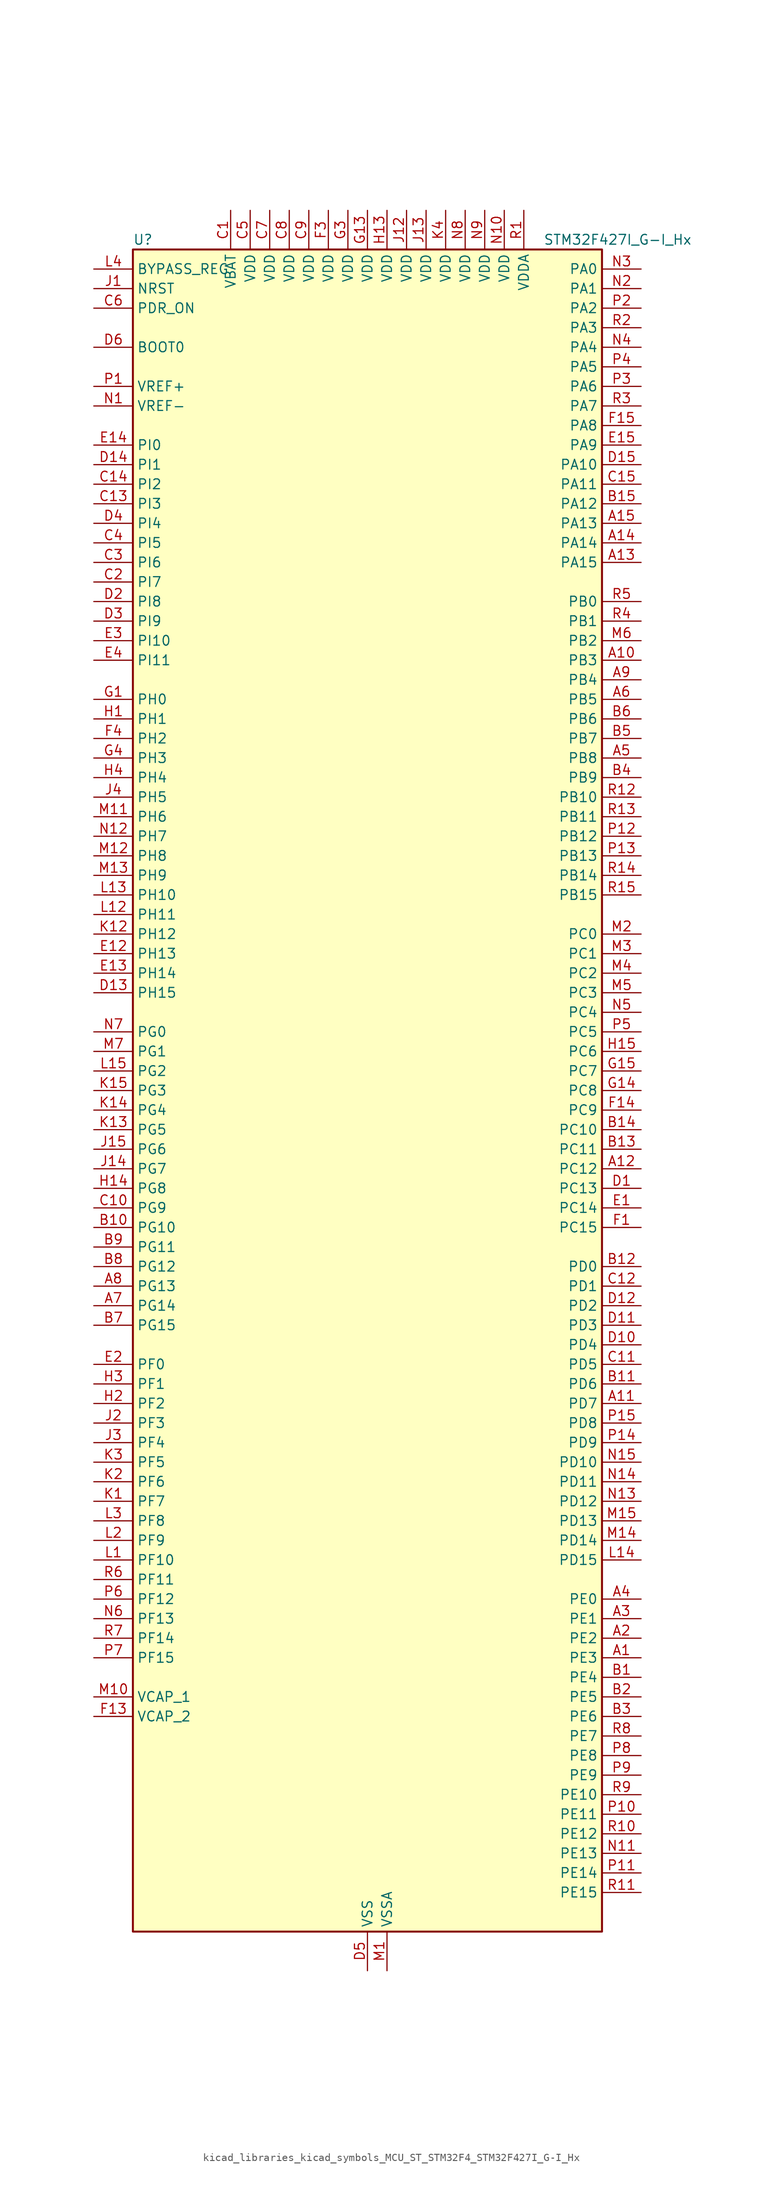
<source format=kicad_sym>
(kicad_symbol_lib
  (version 20220914)
  (generator kicad_symbol_editor)
  (symbol "kicad_libraries_kicad_symbols_MCU_ST_STM32F4_STM32F427I_G-I_Hx"
    (property "Reference" "U"
      (at -30.48 110.49 0)
      (effects (font (size 1.27 1.27)) (justify left)))
    (property "Value" "STM32F427I_G-I_Hx"
      (at 22.86 110.49 0)
      (effects (font (size 1.27 1.27)) (justify left)))
    (property "ki_locked" ""
      (at 0 0 0)
      (effects (font (size 1.27 1.27))))
    (symbol "kicad_libraries_kicad_symbols_MCU_ST_STM32F4_STM32F427I_G-I_Hx_0_1"
      (rectangle (start -30.48 -109.22) (end 30.48 109.22) (stroke (width 0.254) (type default)) (fill (type background))))
    (symbol "kicad_libraries_kicad_symbols_MCU_ST_STM32F4_STM32F427I_G-I_Hx_1_1"
      (pin bidirectional line (at 35.56 -73.66 180) (length 5.08) (name "PE3" (effects (font (size 1.27 1.27)))) (number "A1" (effects (font (size 1.27 1.27)))) (alternate "FMC_A19" bidirectional line) (alternate "SAI1_SD_B" bidirectional line) (alternate "SYS_TRACED0" bidirectional line))
      (pin bidirectional line (at 35.56 55.88 180) (length 5.08) (name "PB3" (effects (font (size 1.27 1.27)))) (number "A10" (effects (font (size 1.27 1.27)))) (alternate "I2S3_CK" bidirectional line) (alternate "SPI1_SCK" bidirectional line) (alternate "SPI3_SCK" bidirectional line) (alternate "SYS_JTDO-SWO" bidirectional line) (alternate "TIM2_CH2" bidirectional line))
      (pin bidirectional line (at 35.56 -40.64 180) (length 5.08) (name "PD7" (effects (font (size 1.27 1.27)))) (number "A11" (effects (font (size 1.27 1.27)))) (alternate "FMC_NCE2" bidirectional line) (alternate "FMC_NE1" bidirectional line) (alternate "USART2_CK" bidirectional line))
      (pin bidirectional line (at 35.56 -10.16 180) (length 5.08) (name "PC12" (effects (font (size 1.27 1.27)))) (number "A12" (effects (font (size 1.27 1.27)))) (alternate "DCMI_D9" bidirectional line) (alternate "I2S3_SD" bidirectional line) (alternate "SDIO_CK" bidirectional line) (alternate "SPI3_MOSI" bidirectional line) (alternate "UART5_TX" bidirectional line) (alternate "USART3_CK" bidirectional line))
      (pin bidirectional line (at 35.56 68.58 180) (length 5.08) (name "PA15" (effects (font (size 1.27 1.27)))) (number "A13" (effects (font (size 1.27 1.27)))) (alternate "ADC1_EXTI15" bidirectional line) (alternate "ADC2_EXTI15" bidirectional line) (alternate "ADC3_EXTI15" bidirectional line) (alternate "I2S3_WS" bidirectional line) (alternate "SPI1_NSS" bidirectional line) (alternate "SPI3_NSS" bidirectional line) (alternate "SYS_JTDI" bidirectional line) (alternate "TIM2_CH1" bidirectional line) (alternate "TIM2_ETR" bidirectional line))
      (pin bidirectional line (at 35.56 71.12 180) (length 5.08) (name "PA14" (effects (font (size 1.27 1.27)))) (number "A14" (effects (font (size 1.27 1.27)))) (alternate "SYS_JTCK-SWCLK" bidirectional line))
      (pin bidirectional line (at 35.56 73.66 180) (length 5.08) (name "PA13" (effects (font (size 1.27 1.27)))) (number "A15" (effects (font (size 1.27 1.27)))) (alternate "SYS_JTMS-SWDIO" bidirectional line))
      (pin bidirectional line (at 35.56 -71.12 180) (length 5.08) (name "PE2" (effects (font (size 1.27 1.27)))) (number "A2" (effects (font (size 1.27 1.27)))) (alternate "ETH_TXD3" bidirectional line) (alternate "FMC_A23" bidirectional line) (alternate "SAI1_MCLK_A" bidirectional line) (alternate "SPI4_SCK" bidirectional line) (alternate "SYS_TRACECLK" bidirectional line))
      (pin bidirectional line (at 35.56 -68.58 180) (length 5.08) (name "PE1" (effects (font (size 1.27 1.27)))) (number "A3" (effects (font (size 1.27 1.27)))) (alternate "DCMI_D3" bidirectional line) (alternate "FMC_NBL1" bidirectional line) (alternate "UART8_TX" bidirectional line))
      (pin bidirectional line (at 35.56 -66.04 180) (length 5.08) (name "PE0" (effects (font (size 1.27 1.27)))) (number "A4" (effects (font (size 1.27 1.27)))) (alternate "DCMI_D2" bidirectional line) (alternate "FMC_NBL0" bidirectional line) (alternate "TIM4_ETR" bidirectional line) (alternate "UART8_RX" bidirectional line))
      (pin bidirectional line (at 35.56 43.18 180) (length 5.08) (name "PB8" (effects (font (size 1.27 1.27)))) (number "A5" (effects (font (size 1.27 1.27)))) (alternate "CAN1_RX" bidirectional line) (alternate "DCMI_D6" bidirectional line) (alternate "ETH_TXD3" bidirectional line) (alternate "I2C1_SCL" bidirectional line) (alternate "SDIO_D4" bidirectional line) (alternate "TIM10_CH1" bidirectional line) (alternate "TIM4_CH3" bidirectional line))
      (pin bidirectional line (at 35.56 50.8 180) (length 5.08) (name "PB5" (effects (font (size 1.27 1.27)))) (number "A6" (effects (font (size 1.27 1.27)))) (alternate "CAN2_RX" bidirectional line) (alternate "DCMI_D10" bidirectional line) (alternate "ETH_PPS_OUT" bidirectional line) (alternate "FMC_SDCKE1" bidirectional line) (alternate "I2C1_SMBA" bidirectional line) (alternate "I2S3_SD" bidirectional line) (alternate "SPI1_MOSI" bidirectional line) (alternate "SPI3_MOSI" bidirectional line) (alternate "TIM3_CH2" bidirectional line) (alternate "USB_OTG_HS_ULPI_D7" bidirectional line))
      (pin bidirectional line (at -35.56 -27.94 0) (length 5.08) (name "PG14" (effects (font (size 1.27 1.27)))) (number "A7" (effects (font (size 1.27 1.27)))) (alternate "ETH_TXD1" bidirectional line) (alternate "FMC_A25" bidirectional line) (alternate "SPI6_MOSI" bidirectional line) (alternate "USART6_TX" bidirectional line))
      (pin bidirectional line (at -35.56 -25.4 0) (length 5.08) (name "PG13" (effects (font (size 1.27 1.27)))) (number "A8" (effects (font (size 1.27 1.27)))) (alternate "ETH_TXD0" bidirectional line) (alternate "FMC_A24" bidirectional line) (alternate "SPI6_SCK" bidirectional line) (alternate "USART6_CTS" bidirectional line))
      (pin bidirectional line (at 35.56 53.34 180) (length 5.08) (name "PB4" (effects (font (size 1.27 1.27)))) (number "A9" (effects (font (size 1.27 1.27)))) (alternate "I2S3_ext_SD" bidirectional line) (alternate "SPI1_MISO" bidirectional line) (alternate "SPI3_MISO" bidirectional line) (alternate "SYS_JTRST" bidirectional line) (alternate "TIM3_CH1" bidirectional line))
      (pin bidirectional line (at 35.56 -76.2 180) (length 5.08) (name "PE4" (effects (font (size 1.27 1.27)))) (number "B1" (effects (font (size 1.27 1.27)))) (alternate "DCMI_D4" bidirectional line) (alternate "FMC_A20" bidirectional line) (alternate "SAI1_FS_A" bidirectional line) (alternate "SPI4_NSS" bidirectional line) (alternate "SYS_TRACED1" bidirectional line))
      (pin bidirectional line (at -35.56 -17.78 0) (length 5.08) (name "PG10" (effects (font (size 1.27 1.27)))) (number "B10" (effects (font (size 1.27 1.27)))) (alternate "DCMI_D2" bidirectional line) (alternate "FMC_NCE4_1" bidirectional line) (alternate "FMC_NE3" bidirectional line))
      (pin bidirectional line (at 35.56 -38.1 180) (length 5.08) (name "PD6" (effects (font (size 1.27 1.27)))) (number "B11" (effects (font (size 1.27 1.27)))) (alternate "DCMI_D10" bidirectional line) (alternate "FMC_NWAIT" bidirectional line) (alternate "I2S3_SD" bidirectional line) (alternate "SAI1_SD_A" bidirectional line) (alternate "SPI3_MOSI" bidirectional line) (alternate "USART2_RX" bidirectional line))
      (pin bidirectional line (at 35.56 -22.86 180) (length 5.08) (name "PD0" (effects (font (size 1.27 1.27)))) (number "B12" (effects (font (size 1.27 1.27)))) (alternate "CAN1_RX" bidirectional line) (alternate "FMC_D2" bidirectional line) (alternate "FMC_DA2" bidirectional line))
      (pin bidirectional line (at 35.56 -7.62 180) (length 5.08) (name "PC11" (effects (font (size 1.27 1.27)))) (number "B13" (effects (font (size 1.27 1.27)))) (alternate "ADC1_EXTI11" bidirectional line) (alternate "ADC2_EXTI11" bidirectional line) (alternate "ADC3_EXTI11" bidirectional line) (alternate "DCMI_D4" bidirectional line) (alternate "I2S3_ext_SD" bidirectional line) (alternate "SDIO_D3" bidirectional line) (alternate "SPI3_MISO" bidirectional line) (alternate "UART4_RX" bidirectional line) (alternate "USART3_RX" bidirectional line))
      (pin bidirectional line (at 35.56 -5.08 180) (length 5.08) (name "PC10" (effects (font (size 1.27 1.27)))) (number "B14" (effects (font (size 1.27 1.27)))) (alternate "DCMI_D8" bidirectional line) (alternate "I2S3_CK" bidirectional line) (alternate "SDIO_D2" bidirectional line) (alternate "SPI3_SCK" bidirectional line) (alternate "UART4_TX" bidirectional line) (alternate "USART3_TX" bidirectional line))
      (pin bidirectional line (at 35.56 76.2 180) (length 5.08) (name "PA12" (effects (font (size 1.27 1.27)))) (number "B15" (effects (font (size 1.27 1.27)))) (alternate "CAN1_TX" bidirectional line) (alternate "TIM1_ETR" bidirectional line) (alternate "USART1_RTS" bidirectional line) (alternate "USB_OTG_FS_DP" bidirectional line))
      (pin bidirectional line (at 35.56 -78.74 180) (length 5.08) (name "PE5" (effects (font (size 1.27 1.27)))) (number "B2" (effects (font (size 1.27 1.27)))) (alternate "DCMI_D6" bidirectional line) (alternate "FMC_A21" bidirectional line) (alternate "SAI1_SCK_A" bidirectional line) (alternate "SPI4_MISO" bidirectional line) (alternate "SYS_TRACED2" bidirectional line) (alternate "TIM9_CH1" bidirectional line))
      (pin bidirectional line (at 35.56 -81.28 180) (length 5.08) (name "PE6" (effects (font (size 1.27 1.27)))) (number "B3" (effects (font (size 1.27 1.27)))) (alternate "DCMI_D7" bidirectional line) (alternate "FMC_A22" bidirectional line) (alternate "SAI1_SD_A" bidirectional line) (alternate "SPI4_MOSI" bidirectional line) (alternate "SYS_TRACED3" bidirectional line) (alternate "TIM9_CH2" bidirectional line))
      (pin bidirectional line (at 35.56 40.64 180) (length 5.08) (name "PB9" (effects (font (size 1.27 1.27)))) (number "B4" (effects (font (size 1.27 1.27)))) (alternate "CAN1_TX" bidirectional line) (alternate "DAC_EXTI9" bidirectional line) (alternate "DCMI_D7" bidirectional line) (alternate "I2C1_SDA" bidirectional line) (alternate "I2S2_WS" bidirectional line) (alternate "SDIO_D5" bidirectional line) (alternate "SPI2_NSS" bidirectional line) (alternate "TIM11_CH1" bidirectional line) (alternate "TIM4_CH4" bidirectional line))
      (pin bidirectional line (at 35.56 45.72 180) (length 5.08) (name "PB7" (effects (font (size 1.27 1.27)))) (number "B5" (effects (font (size 1.27 1.27)))) (alternate "DCMI_VSYNC" bidirectional line) (alternate "FMC_NL" bidirectional line) (alternate "I2C1_SDA" bidirectional line) (alternate "TIM4_CH2" bidirectional line) (alternate "USART1_RX" bidirectional line))
      (pin bidirectional line (at 35.56 48.26 180) (length 5.08) (name "PB6" (effects (font (size 1.27 1.27)))) (number "B6" (effects (font (size 1.27 1.27)))) (alternate "CAN2_TX" bidirectional line) (alternate "DCMI_D5" bidirectional line) (alternate "FMC_SDNE1" bidirectional line) (alternate "I2C1_SCL" bidirectional line) (alternate "TIM4_CH1" bidirectional line) (alternate "USART1_TX" bidirectional line))
      (pin bidirectional line (at -35.56 -30.48 0) (length 5.08) (name "PG15" (effects (font (size 1.27 1.27)))) (number "B7" (effects (font (size 1.27 1.27)))) (alternate "ADC1_EXTI15" bidirectional line) (alternate "ADC2_EXTI15" bidirectional line) (alternate "ADC3_EXTI15" bidirectional line) (alternate "DCMI_D13" bidirectional line) (alternate "FMC_SDNCAS" bidirectional line) (alternate "USART6_CTS" bidirectional line))
      (pin bidirectional line (at -35.56 -22.86 0) (length 5.08) (name "PG12" (effects (font (size 1.27 1.27)))) (number "B8" (effects (font (size 1.27 1.27)))) (alternate "FMC_NE4" bidirectional line) (alternate "SPI6_MISO" bidirectional line) (alternate "USART6_RTS" bidirectional line))
      (pin bidirectional line (at -35.56 -20.32 0) (length 5.08) (name "PG11" (effects (font (size 1.27 1.27)))) (number "B9" (effects (font (size 1.27 1.27)))) (alternate "ADC1_EXTI11" bidirectional line) (alternate "ADC2_EXTI11" bidirectional line) (alternate "ADC3_EXTI11" bidirectional line) (alternate "DCMI_D3" bidirectional line) (alternate "ETH_TX_EN" bidirectional line) (alternate "FMC_NCE4_2" bidirectional line))
      (pin power_in line (at -17.78 114.3 270) (length 5.08) (name "VBAT" (effects (font (size 1.27 1.27)))) (number "C1" (effects (font (size 1.27 1.27)))))
      (pin bidirectional line (at -35.56 -15.24 0) (length 5.08) (name "PG9" (effects (font (size 1.27 1.27)))) (number "C10" (effects (font (size 1.27 1.27)))) (alternate "DAC_EXTI9" bidirectional line) (alternate "DCMI_VSYNC" bidirectional line) (alternate "FMC_NCE3" bidirectional line) (alternate "FMC_NE2" bidirectional line) (alternate "USART6_RX" bidirectional line))
      (pin bidirectional line (at 35.56 -35.56 180) (length 5.08) (name "PD5" (effects (font (size 1.27 1.27)))) (number "C11" (effects (font (size 1.27 1.27)))) (alternate "FMC_NWE" bidirectional line) (alternate "USART2_TX" bidirectional line))
      (pin bidirectional line (at 35.56 -25.4 180) (length 5.08) (name "PD1" (effects (font (size 1.27 1.27)))) (number "C12" (effects (font (size 1.27 1.27)))) (alternate "CAN1_TX" bidirectional line) (alternate "FMC_D3" bidirectional line) (alternate "FMC_DA3" bidirectional line))
      (pin bidirectional line (at -35.56 76.2 0) (length 5.08) (name "PI3" (effects (font (size 1.27 1.27)))) (number "C13" (effects (font (size 1.27 1.27)))) (alternate "DCMI_D10" bidirectional line) (alternate "FMC_D27" bidirectional line) (alternate "I2S2_SD" bidirectional line) (alternate "SPI2_MOSI" bidirectional line) (alternate "TIM8_ETR" bidirectional line))
      (pin bidirectional line (at -35.56 78.74 0) (length 5.08) (name "PI2" (effects (font (size 1.27 1.27)))) (number "C14" (effects (font (size 1.27 1.27)))) (alternate "DCMI_D9" bidirectional line) (alternate "FMC_D26" bidirectional line) (alternate "I2S2_ext_SD" bidirectional line) (alternate "SPI2_MISO" bidirectional line) (alternate "TIM8_CH4" bidirectional line))
      (pin bidirectional line (at 35.56 78.74 180) (length 5.08) (name "PA11" (effects (font (size 1.27 1.27)))) (number "C15" (effects (font (size 1.27 1.27)))) (alternate "ADC1_EXTI11" bidirectional line) (alternate "ADC2_EXTI11" bidirectional line) (alternate "ADC3_EXTI11" bidirectional line) (alternate "CAN1_RX" bidirectional line) (alternate "TIM1_CH4" bidirectional line) (alternate "USART1_CTS" bidirectional line) (alternate "USB_OTG_FS_DM" bidirectional line))
      (pin bidirectional line (at -35.56 66.04 0) (length 5.08) (name "PI7" (effects (font (size 1.27 1.27)))) (number "C2" (effects (font (size 1.27 1.27)))) (alternate "DCMI_D7" bidirectional line) (alternate "FMC_D29" bidirectional line) (alternate "TIM8_CH3" bidirectional line))
      (pin bidirectional line (at -35.56 68.58 0) (length 5.08) (name "PI6" (effects (font (size 1.27 1.27)))) (number "C3" (effects (font (size 1.27 1.27)))) (alternate "DCMI_D6" bidirectional line) (alternate "FMC_D28" bidirectional line) (alternate "TIM8_CH2" bidirectional line))
      (pin bidirectional line (at -35.56 71.12 0) (length 5.08) (name "PI5" (effects (font (size 1.27 1.27)))) (number "C4" (effects (font (size 1.27 1.27)))) (alternate "DCMI_VSYNC" bidirectional line) (alternate "FMC_NBL3" bidirectional line) (alternate "TIM8_CH1" bidirectional line))
      (pin power_in line (at -15.24 114.3 270) (length 5.08) (name "VDD" (effects (font (size 1.27 1.27)))) (number "C5" (effects (font (size 1.27 1.27)))))
      (pin input line (at -35.56 101.6 0) (length 5.08) (name "PDR_ON" (effects (font (size 1.27 1.27)))) (number "C6" (effects (font (size 1.27 1.27)))))
      (pin power_in line (at -12.7 114.3 270) (length 5.08) (name "VDD" (effects (font (size 1.27 1.27)))) (number "C7" (effects (font (size 1.27 1.27)))))
      (pin power_in line (at -10.16 114.3 270) (length 5.08) (name "VDD" (effects (font (size 1.27 1.27)))) (number "C8" (effects (font (size 1.27 1.27)))))
      (pin power_in line (at -7.62 114.3 270) (length 5.08) (name "VDD" (effects (font (size 1.27 1.27)))) (number "C9" (effects (font (size 1.27 1.27)))))
      (pin bidirectional line (at 35.56 -12.7 180) (length 5.08) (name "PC13" (effects (font (size 1.27 1.27)))) (number "D1" (effects (font (size 1.27 1.27)))) (alternate "RTC_AF1" bidirectional line))
      (pin bidirectional line (at 35.56 -33.02 180) (length 5.08) (name "PD4" (effects (font (size 1.27 1.27)))) (number "D10" (effects (font (size 1.27 1.27)))) (alternate "FMC_NOE" bidirectional line) (alternate "USART2_RTS" bidirectional line))
      (pin bidirectional line (at 35.56 -30.48 180) (length 5.08) (name "PD3" (effects (font (size 1.27 1.27)))) (number "D11" (effects (font (size 1.27 1.27)))) (alternate "DCMI_D5" bidirectional line) (alternate "FMC_CLK" bidirectional line) (alternate "I2S2_CK" bidirectional line) (alternate "SPI2_SCK" bidirectional line) (alternate "USART2_CTS" bidirectional line))
      (pin bidirectional line (at 35.56 -27.94 180) (length 5.08) (name "PD2" (effects (font (size 1.27 1.27)))) (number "D12" (effects (font (size 1.27 1.27)))) (alternate "DCMI_D11" bidirectional line) (alternate "SDIO_CMD" bidirectional line) (alternate "TIM3_ETR" bidirectional line) (alternate "UART5_RX" bidirectional line))
      (pin bidirectional line (at -35.56 12.7 0) (length 5.08) (name "PH15" (effects (font (size 1.27 1.27)))) (number "D13" (effects (font (size 1.27 1.27)))) (alternate "ADC1_EXTI15" bidirectional line) (alternate "ADC2_EXTI15" bidirectional line) (alternate "ADC3_EXTI15" bidirectional line) (alternate "DCMI_D11" bidirectional line) (alternate "FMC_D23" bidirectional line) (alternate "TIM8_CH3N" bidirectional line))
      (pin bidirectional line (at -35.56 81.28 0) (length 5.08) (name "PI1" (effects (font (size 1.27 1.27)))) (number "D14" (effects (font (size 1.27 1.27)))) (alternate "DCMI_D8" bidirectional line) (alternate "FMC_D25" bidirectional line) (alternate "I2S2_CK" bidirectional line) (alternate "SPI2_SCK" bidirectional line))
      (pin bidirectional line (at 35.56 81.28 180) (length 5.08) (name "PA10" (effects (font (size 1.27 1.27)))) (number "D15" (effects (font (size 1.27 1.27)))) (alternate "DCMI_D1" bidirectional line) (alternate "TIM1_CH3" bidirectional line) (alternate "USART1_RX" bidirectional line) (alternate "USB_OTG_FS_ID" bidirectional line))
      (pin bidirectional line (at -35.56 63.5 0) (length 5.08) (name "PI8" (effects (font (size 1.27 1.27)))) (number "D2" (effects (font (size 1.27 1.27)))) (alternate "RTC_AF2" bidirectional line))
      (pin bidirectional line (at -35.56 60.96 0) (length 5.08) (name "PI9" (effects (font (size 1.27 1.27)))) (number "D3" (effects (font (size 1.27 1.27)))) (alternate "CAN1_RX" bidirectional line) (alternate "DAC_EXTI9" bidirectional line) (alternate "FMC_D30" bidirectional line))
      (pin bidirectional line (at -35.56 73.66 0) (length 5.08) (name "PI4" (effects (font (size 1.27 1.27)))) (number "D4" (effects (font (size 1.27 1.27)))) (alternate "DCMI_D5" bidirectional line) (alternate "FMC_NBL2" bidirectional line) (alternate "TIM8_BKIN" bidirectional line))
      (pin power_in line (at 0 -114.3 90) (length 5.08) (name "VSS" (effects (font (size 1.27 1.27)))) (number "D5" (effects (font (size 1.27 1.27)))))
      (pin input line (at -35.56 96.52 0) (length 5.08) (name "BOOT0" (effects (font (size 1.27 1.27)))) (number "D6" (effects (font (size 1.27 1.27)))))
      (pin passive line (at 0 -114.3 90) (length 5.08) hide (name "VSS" (effects (font (size 1.27 1.27)))) (number "D7" (effects (font (size 1.27 1.27)))))
      (pin passive line (at 0 -114.3 90) (length 5.08) hide (name "VSS" (effects (font (size 1.27 1.27)))) (number "D8" (effects (font (size 1.27 1.27)))))
      (pin passive line (at 0 -114.3 90) (length 5.08) hide (name "VSS" (effects (font (size 1.27 1.27)))) (number "D9" (effects (font (size 1.27 1.27)))))
      (pin bidirectional line (at 35.56 -15.24 180) (length 5.08) (name "PC14" (effects (font (size 1.27 1.27)))) (number "E1" (effects (font (size 1.27 1.27)))) (alternate "RCC_OSC32_IN" bidirectional line))
      (pin bidirectional line (at -35.56 17.78 0) (length 5.08) (name "PH13" (effects (font (size 1.27 1.27)))) (number "E12" (effects (font (size 1.27 1.27)))) (alternate "CAN1_TX" bidirectional line) (alternate "FMC_D21" bidirectional line) (alternate "TIM8_CH1N" bidirectional line))
      (pin bidirectional line (at -35.56 15.24 0) (length 5.08) (name "PH14" (effects (font (size 1.27 1.27)))) (number "E13" (effects (font (size 1.27 1.27)))) (alternate "DCMI_D4" bidirectional line) (alternate "FMC_D22" bidirectional line) (alternate "TIM8_CH2N" bidirectional line))
      (pin bidirectional line (at -35.56 83.82 0) (length 5.08) (name "PI0" (effects (font (size 1.27 1.27)))) (number "E14" (effects (font (size 1.27 1.27)))) (alternate "DCMI_D13" bidirectional line) (alternate "FMC_D24" bidirectional line) (alternate "I2S2_WS" bidirectional line) (alternate "SPI2_NSS" bidirectional line) (alternate "TIM5_CH4" bidirectional line))
      (pin bidirectional line (at 35.56 83.82 180) (length 5.08) (name "PA9" (effects (font (size 1.27 1.27)))) (number "E15" (effects (font (size 1.27 1.27)))) (alternate "DAC_EXTI9" bidirectional line) (alternate "DCMI_D0" bidirectional line) (alternate "I2C3_SMBA" bidirectional line) (alternate "TIM1_CH2" bidirectional line) (alternate "USART1_TX" bidirectional line) (alternate "USB_OTG_FS_VBUS" bidirectional line))
      (pin bidirectional line (at -35.56 -35.56 0) (length 5.08) (name "PF0" (effects (font (size 1.27 1.27)))) (number "E2" (effects (font (size 1.27 1.27)))) (alternate "FMC_A0" bidirectional line) (alternate "I2C2_SDA" bidirectional line))
      (pin bidirectional line (at -35.56 58.42 0) (length 5.08) (name "PI10" (effects (font (size 1.27 1.27)))) (number "E3" (effects (font (size 1.27 1.27)))) (alternate "ETH_RX_ER" bidirectional line) (alternate "FMC_D31" bidirectional line))
      (pin bidirectional line (at -35.56 55.88 0) (length 5.08) (name "PI11" (effects (font (size 1.27 1.27)))) (number "E4" (effects (font (size 1.27 1.27)))) (alternate "ADC1_EXTI11" bidirectional line) (alternate "ADC2_EXTI11" bidirectional line) (alternate "ADC3_EXTI11" bidirectional line) (alternate "USB_OTG_HS_ULPI_DIR" bidirectional line))
      (pin bidirectional line (at 35.56 -17.78 180) (length 5.08) (name "PC15" (effects (font (size 1.27 1.27)))) (number "F1" (effects (font (size 1.27 1.27)))) (alternate "ADC1_EXTI15" bidirectional line) (alternate "ADC2_EXTI15" bidirectional line) (alternate "ADC3_EXTI15" bidirectional line) (alternate "RCC_OSC32_OUT" bidirectional line))
      (pin passive line (at 0 -114.3 90) (length 5.08) hide (name "VSS" (effects (font (size 1.27 1.27)))) (number "F10" (effects (font (size 1.27 1.27)))))
      (pin passive line (at 0 -114.3 90) (length 5.08) hide (name "VSS" (effects (font (size 1.27 1.27)))) (number "F12" (effects (font (size 1.27 1.27)))))
      (pin power_out line (at -35.56 -81.28 0) (length 5.08) (name "VCAP_2" (effects (font (size 1.27 1.27)))) (number "F13" (effects (font (size 1.27 1.27)))))
      (pin bidirectional line (at 35.56 -2.54 180) (length 5.08) (name "PC9" (effects (font (size 1.27 1.27)))) (number "F14" (effects (font (size 1.27 1.27)))) (alternate "DAC_EXTI9" bidirectional line) (alternate "DCMI_D3" bidirectional line) (alternate "I2C3_SDA" bidirectional line) (alternate "I2S_CKIN" bidirectional line) (alternate "RCC_MCO_2" bidirectional line) (alternate "SDIO_D1" bidirectional line) (alternate "TIM3_CH4" bidirectional line) (alternate "TIM8_CH4" bidirectional line))
      (pin bidirectional line (at 35.56 86.36 180) (length 5.08) (name "PA8" (effects (font (size 1.27 1.27)))) (number "F15" (effects (font (size 1.27 1.27)))) (alternate "I2C3_SCL" bidirectional line) (alternate "RCC_MCO_1" bidirectional line) (alternate "TIM1_CH1" bidirectional line) (alternate "USART1_CK" bidirectional line) (alternate "USB_OTG_FS_SOF" bidirectional line))
      (pin passive line (at 0 -114.3 90) (length 5.08) hide (name "VSS" (effects (font (size 1.27 1.27)))) (number "F2" (effects (font (size 1.27 1.27)))))
      (pin power_in line (at -5.08 114.3 270) (length 5.08) (name "VDD" (effects (font (size 1.27 1.27)))) (number "F3" (effects (font (size 1.27 1.27)))))
      (pin bidirectional line (at -35.56 45.72 0) (length 5.08) (name "PH2" (effects (font (size 1.27 1.27)))) (number "F4" (effects (font (size 1.27 1.27)))) (alternate "ETH_CRS" bidirectional line) (alternate "FMC_SDCKE0" bidirectional line))
      (pin passive line (at 0 -114.3 90) (length 5.08) hide (name "VSS" (effects (font (size 1.27 1.27)))) (number "F6" (effects (font (size 1.27 1.27)))))
      (pin passive line (at 0 -114.3 90) (length 5.08) hide (name "VSS" (effects (font (size 1.27 1.27)))) (number "F7" (effects (font (size 1.27 1.27)))))
      (pin passive line (at 0 -114.3 90) (length 5.08) hide (name "VSS" (effects (font (size 1.27 1.27)))) (number "F8" (effects (font (size 1.27 1.27)))))
      (pin passive line (at 0 -114.3 90) (length 5.08) hide (name "VSS" (effects (font (size 1.27 1.27)))) (number "F9" (effects (font (size 1.27 1.27)))))
      (pin bidirectional line (at -35.56 50.8 0) (length 5.08) (name "PH0" (effects (font (size 1.27 1.27)))) (number "G1" (effects (font (size 1.27 1.27)))) (alternate "RCC_OSC_IN" bidirectional line))
      (pin passive line (at 0 -114.3 90) (length 5.08) hide (name "VSS" (effects (font (size 1.27 1.27)))) (number "G10" (effects (font (size 1.27 1.27)))))
      (pin passive line (at 0 -114.3 90) (length 5.08) hide (name "VSS" (effects (font (size 1.27 1.27)))) (number "G12" (effects (font (size 1.27 1.27)))))
      (pin power_in line (at 0 114.3 270) (length 5.08) (name "VDD" (effects (font (size 1.27 1.27)))) (number "G13" (effects (font (size 1.27 1.27)))))
      (pin bidirectional line (at 35.56 0 180) (length 5.08) (name "PC8" (effects (font (size 1.27 1.27)))) (number "G14" (effects (font (size 1.27 1.27)))) (alternate "DCMI_D2" bidirectional line) (alternate "SDIO_D0" bidirectional line) (alternate "TIM3_CH3" bidirectional line) (alternate "TIM8_CH3" bidirectional line) (alternate "USART6_CK" bidirectional line))
      (pin bidirectional line (at 35.56 2.54 180) (length 5.08) (name "PC7" (effects (font (size 1.27 1.27)))) (number "G15" (effects (font (size 1.27 1.27)))) (alternate "DCMI_D1" bidirectional line) (alternate "I2S3_MCK" bidirectional line) (alternate "SDIO_D7" bidirectional line) (alternate "TIM3_CH2" bidirectional line) (alternate "TIM8_CH2" bidirectional line) (alternate "USART6_RX" bidirectional line))
      (pin passive line (at 0 -114.3 90) (length 5.08) hide (name "VSS" (effects (font (size 1.27 1.27)))) (number "G2" (effects (font (size 1.27 1.27)))))
      (pin power_in line (at -2.54 114.3 270) (length 5.08) (name "VDD" (effects (font (size 1.27 1.27)))) (number "G3" (effects (font (size 1.27 1.27)))))
      (pin bidirectional line (at -35.56 43.18 0) (length 5.08) (name "PH3" (effects (font (size 1.27 1.27)))) (number "G4" (effects (font (size 1.27 1.27)))) (alternate "ETH_COL" bidirectional line) (alternate "FMC_SDNE0" bidirectional line))
      (pin passive line (at 0 -114.3 90) (length 5.08) hide (name "VSS" (effects (font (size 1.27 1.27)))) (number "G6" (effects (font (size 1.27 1.27)))))
      (pin passive line (at 0 -114.3 90) (length 5.08) hide (name "VSS" (effects (font (size 1.27 1.27)))) (number "G7" (effects (font (size 1.27 1.27)))))
      (pin passive line (at 0 -114.3 90) (length 5.08) hide (name "VSS" (effects (font (size 1.27 1.27)))) (number "G8" (effects (font (size 1.27 1.27)))))
      (pin passive line (at 0 -114.3 90) (length 5.08) hide (name "VSS" (effects (font (size 1.27 1.27)))) (number "G9" (effects (font (size 1.27 1.27)))))
      (pin bidirectional line (at -35.56 48.26 0) (length 5.08) (name "PH1" (effects (font (size 1.27 1.27)))) (number "H1" (effects (font (size 1.27 1.27)))) (alternate "RCC_OSC_OUT" bidirectional line))
      (pin passive line (at 0 -114.3 90) (length 5.08) hide (name "VSS" (effects (font (size 1.27 1.27)))) (number "H10" (effects (font (size 1.27 1.27)))))
      (pin passive line (at 0 -114.3 90) (length 5.08) hide (name "VSS" (effects (font (size 1.27 1.27)))) (number "H12" (effects (font (size 1.27 1.27)))))
      (pin power_in line (at 2.54 114.3 270) (length 5.08) (name "VDD" (effects (font (size 1.27 1.27)))) (number "H13" (effects (font (size 1.27 1.27)))))
      (pin bidirectional line (at -35.56 -12.7 0) (length 5.08) (name "PG8" (effects (font (size 1.27 1.27)))) (number "H14" (effects (font (size 1.27 1.27)))) (alternate "ETH_PPS_OUT" bidirectional line) (alternate "FMC_SDCLK" bidirectional line) (alternate "SPI6_NSS" bidirectional line) (alternate "USART6_RTS" bidirectional line))
      (pin bidirectional line (at 35.56 5.08 180) (length 5.08) (name "PC6" (effects (font (size 1.27 1.27)))) (number "H15" (effects (font (size 1.27 1.27)))) (alternate "DCMI_D0" bidirectional line) (alternate "I2S2_MCK" bidirectional line) (alternate "SDIO_D6" bidirectional line) (alternate "TIM3_CH1" bidirectional line) (alternate "TIM8_CH1" bidirectional line) (alternate "USART6_TX" bidirectional line))
      (pin bidirectional line (at -35.56 -40.64 0) (length 5.08) (name "PF2" (effects (font (size 1.27 1.27)))) (number "H2" (effects (font (size 1.27 1.27)))) (alternate "FMC_A2" bidirectional line) (alternate "I2C2_SMBA" bidirectional line))
      (pin bidirectional line (at -35.56 -38.1 0) (length 5.08) (name "PF1" (effects (font (size 1.27 1.27)))) (number "H3" (effects (font (size 1.27 1.27)))) (alternate "FMC_A1" bidirectional line) (alternate "I2C2_SCL" bidirectional line))
      (pin bidirectional line (at -35.56 40.64 0) (length 5.08) (name "PH4" (effects (font (size 1.27 1.27)))) (number "H4" (effects (font (size 1.27 1.27)))) (alternate "I2C2_SCL" bidirectional line) (alternate "USB_OTG_HS_ULPI_NXT" bidirectional line))
      (pin passive line (at 0 -114.3 90) (length 5.08) hide (name "VSS" (effects (font (size 1.27 1.27)))) (number "H6" (effects (font (size 1.27 1.27)))))
      (pin passive line (at 0 -114.3 90) (length 5.08) hide (name "VSS" (effects (font (size 1.27 1.27)))) (number "H7" (effects (font (size 1.27 1.27)))))
      (pin passive line (at 0 -114.3 90) (length 5.08) hide (name "VSS" (effects (font (size 1.27 1.27)))) (number "H8" (effects (font (size 1.27 1.27)))))
      (pin passive line (at 0 -114.3 90) (length 5.08) hide (name "VSS" (effects (font (size 1.27 1.27)))) (number "H9" (effects (font (size 1.27 1.27)))))
      (pin input line (at -35.56 104.14 0) (length 5.08) (name "NRST" (effects (font (size 1.27 1.27)))) (number "J1" (effects (font (size 1.27 1.27)))))
      (pin passive line (at 0 -114.3 90) (length 5.08) hide (name "VSS" (effects (font (size 1.27 1.27)))) (number "J10" (effects (font (size 1.27 1.27)))))
      (pin power_in line (at 5.08 114.3 270) (length 5.08) (name "VDD" (effects (font (size 1.27 1.27)))) (number "J12" (effects (font (size 1.27 1.27)))))
      (pin power_in line (at 7.62 114.3 270) (length 5.08) (name "VDD" (effects (font (size 1.27 1.27)))) (number "J13" (effects (font (size 1.27 1.27)))))
      (pin bidirectional line (at -35.56 -10.16 0) (length 5.08) (name "PG7" (effects (font (size 1.27 1.27)))) (number "J14" (effects (font (size 1.27 1.27)))) (alternate "DCMI_D13" bidirectional line) (alternate "FMC_INT3" bidirectional line) (alternate "USART6_CK" bidirectional line))
      (pin bidirectional line (at -35.56 -7.62 0) (length 5.08) (name "PG6" (effects (font (size 1.27 1.27)))) (number "J15" (effects (font (size 1.27 1.27)))) (alternate "DCMI_D12" bidirectional line) (alternate "FMC_INT2" bidirectional line))
      (pin bidirectional line (at -35.56 -43.18 0) (length 5.08) (name "PF3" (effects (font (size 1.27 1.27)))) (number "J2" (effects (font (size 1.27 1.27)))) (alternate "ADC3_IN9" bidirectional line) (alternate "FMC_A3" bidirectional line))
      (pin bidirectional line (at -35.56 -45.72 0) (length 5.08) (name "PF4" (effects (font (size 1.27 1.27)))) (number "J3" (effects (font (size 1.27 1.27)))) (alternate "ADC3_IN14" bidirectional line) (alternate "FMC_A4" bidirectional line))
      (pin bidirectional line (at -35.56 38.1 0) (length 5.08) (name "PH5" (effects (font (size 1.27 1.27)))) (number "J4" (effects (font (size 1.27 1.27)))) (alternate "FMC_SDNWE" bidirectional line) (alternate "I2C2_SDA" bidirectional line) (alternate "SPI5_NSS" bidirectional line))
      (pin passive line (at 0 -114.3 90) (length 5.08) hide (name "VSS" (effects (font (size 1.27 1.27)))) (number "J6" (effects (font (size 1.27 1.27)))))
      (pin passive line (at 0 -114.3 90) (length 5.08) hide (name "VSS" (effects (font (size 1.27 1.27)))) (number "J7" (effects (font (size 1.27 1.27)))))
      (pin passive line (at 0 -114.3 90) (length 5.08) hide (name "VSS" (effects (font (size 1.27 1.27)))) (number "J8" (effects (font (size 1.27 1.27)))))
      (pin passive line (at 0 -114.3 90) (length 5.08) hide (name "VSS" (effects (font (size 1.27 1.27)))) (number "J9" (effects (font (size 1.27 1.27)))))
      (pin bidirectional line (at -35.56 -53.34 0) (length 5.08) (name "PF7" (effects (font (size 1.27 1.27)))) (number "K1" (effects (font (size 1.27 1.27)))) (alternate "ADC3_IN5" bidirectional line) (alternate "FMC_NREG" bidirectional line) (alternate "SAI1_MCLK_B" bidirectional line) (alternate "SPI5_SCK" bidirectional line) (alternate "TIM11_CH1" bidirectional line) (alternate "UART7_TX" bidirectional line))
      (pin passive line (at 0 -114.3 90) (length 5.08) hide (name "VSS" (effects (font (size 1.27 1.27)))) (number "K10" (effects (font (size 1.27 1.27)))))
      (pin bidirectional line (at -35.56 20.32 0) (length 5.08) (name "PH12" (effects (font (size 1.27 1.27)))) (number "K12" (effects (font (size 1.27 1.27)))) (alternate "DCMI_D3" bidirectional line) (alternate "FMC_D20" bidirectional line) (alternate "TIM5_CH3" bidirectional line))
      (pin bidirectional line (at -35.56 -5.08 0) (length 5.08) (name "PG5" (effects (font (size 1.27 1.27)))) (number "K13" (effects (font (size 1.27 1.27)))) (alternate "FMC_A15" bidirectional line) (alternate "FMC_BA1" bidirectional line))
      (pin bidirectional line (at -35.56 -2.54 0) (length 5.08) (name "PG4" (effects (font (size 1.27 1.27)))) (number "K14" (effects (font (size 1.27 1.27)))) (alternate "FMC_A14" bidirectional line) (alternate "FMC_BA0" bidirectional line))
      (pin bidirectional line (at -35.56 0 0) (length 5.08) (name "PG3" (effects (font (size 1.27 1.27)))) (number "K15" (effects (font (size 1.27 1.27)))) (alternate "FMC_A13" bidirectional line))
      (pin bidirectional line (at -35.56 -50.8 0) (length 5.08) (name "PF6" (effects (font (size 1.27 1.27)))) (number "K2" (effects (font (size 1.27 1.27)))) (alternate "ADC3_IN4" bidirectional line) (alternate "FMC_NIORD" bidirectional line) (alternate "SAI1_SD_B" bidirectional line) (alternate "SPI5_NSS" bidirectional line) (alternate "TIM10_CH1" bidirectional line) (alternate "UART7_RX" bidirectional line))
      (pin bidirectional line (at -35.56 -48.26 0) (length 5.08) (name "PF5" (effects (font (size 1.27 1.27)))) (number "K3" (effects (font (size 1.27 1.27)))) (alternate "ADC3_IN15" bidirectional line) (alternate "FMC_A5" bidirectional line))
      (pin power_in line (at 10.16 114.3 270) (length 5.08) (name "VDD" (effects (font (size 1.27 1.27)))) (number "K4" (effects (font (size 1.27 1.27)))))
      (pin passive line (at 0 -114.3 90) (length 5.08) hide (name "VSS" (effects (font (size 1.27 1.27)))) (number "K6" (effects (font (size 1.27 1.27)))))
      (pin passive line (at 0 -114.3 90) (length 5.08) hide (name "VSS" (effects (font (size 1.27 1.27)))) (number "K7" (effects (font (size 1.27 1.27)))))
      (pin passive line (at 0 -114.3 90) (length 5.08) hide (name "VSS" (effects (font (size 1.27 1.27)))) (number "K8" (effects (font (size 1.27 1.27)))))
      (pin passive line (at 0 -114.3 90) (length 5.08) hide (name "VSS" (effects (font (size 1.27 1.27)))) (number "K9" (effects (font (size 1.27 1.27)))))
      (pin bidirectional line (at -35.56 -60.96 0) (length 5.08) (name "PF10" (effects (font (size 1.27 1.27)))) (number "L1" (effects (font (size 1.27 1.27)))) (alternate "ADC3_IN8" bidirectional line) (alternate "DCMI_D11" bidirectional line) (alternate "FMC_INTR" bidirectional line))
      (pin bidirectional line (at -35.56 22.86 0) (length 5.08) (name "PH11" (effects (font (size 1.27 1.27)))) (number "L12" (effects (font (size 1.27 1.27)))) (alternate "ADC1_EXTI11" bidirectional line) (alternate "ADC2_EXTI11" bidirectional line) (alternate "ADC3_EXTI11" bidirectional line) (alternate "DCMI_D2" bidirectional line) (alternate "FMC_D19" bidirectional line) (alternate "TIM5_CH2" bidirectional line))
      (pin bidirectional line (at -35.56 25.4 0) (length 5.08) (name "PH10" (effects (font (size 1.27 1.27)))) (number "L13" (effects (font (size 1.27 1.27)))) (alternate "DCMI_D1" bidirectional line) (alternate "FMC_D18" bidirectional line) (alternate "TIM5_CH1" bidirectional line))
      (pin bidirectional line (at 35.56 -60.96 180) (length 5.08) (name "PD15" (effects (font (size 1.27 1.27)))) (number "L14" (effects (font (size 1.27 1.27)))) (alternate "ADC1_EXTI15" bidirectional line) (alternate "ADC2_EXTI15" bidirectional line) (alternate "ADC3_EXTI15" bidirectional line) (alternate "FMC_D1" bidirectional line) (alternate "FMC_DA1" bidirectional line) (alternate "TIM4_CH4" bidirectional line))
      (pin bidirectional line (at -35.56 2.54 0) (length 5.08) (name "PG2" (effects (font (size 1.27 1.27)))) (number "L15" (effects (font (size 1.27 1.27)))) (alternate "FMC_A12" bidirectional line))
      (pin bidirectional line (at -35.56 -58.42 0) (length 5.08) (name "PF9" (effects (font (size 1.27 1.27)))) (number "L2" (effects (font (size 1.27 1.27)))) (alternate "ADC3_IN7" bidirectional line) (alternate "DAC_EXTI9" bidirectional line) (alternate "FMC_CD" bidirectional line) (alternate "SAI1_FS_B" bidirectional line) (alternate "SPI5_MOSI" bidirectional line) (alternate "TIM14_CH1" bidirectional line))
      (pin bidirectional line (at -35.56 -55.88 0) (length 5.08) (name "PF8" (effects (font (size 1.27 1.27)))) (number "L3" (effects (font (size 1.27 1.27)))) (alternate "ADC3_IN6" bidirectional line) (alternate "FMC_NIOWR" bidirectional line) (alternate "SAI1_SCK_B" bidirectional line) (alternate "SPI5_MISO" bidirectional line) (alternate "TIM13_CH1" bidirectional line))
      (pin input line (at -35.56 106.68 0) (length 5.08) (name "BYPASS_REG" (effects (font (size 1.27 1.27)))) (number "L4" (effects (font (size 1.27 1.27)))))
      (pin power_in line (at 2.54 -114.3 90) (length 5.08) (name "VSSA" (effects (font (size 1.27 1.27)))) (number "M1" (effects (font (size 1.27 1.27)))))
      (pin power_out line (at -35.56 -78.74 0) (length 5.08) (name "VCAP_1" (effects (font (size 1.27 1.27)))) (number "M10" (effects (font (size 1.27 1.27)))))
      (pin bidirectional line (at -35.56 35.56 0) (length 5.08) (name "PH6" (effects (font (size 1.27 1.27)))) (number "M11" (effects (font (size 1.27 1.27)))) (alternate "DCMI_D8" bidirectional line) (alternate "ETH_RXD2" bidirectional line) (alternate "FMC_SDNE1" bidirectional line) (alternate "I2C2_SMBA" bidirectional line) (alternate "SPI5_SCK" bidirectional line) (alternate "TIM12_CH1" bidirectional line))
      (pin bidirectional line (at -35.56 30.48 0) (length 5.08) (name "PH8" (effects (font (size 1.27 1.27)))) (number "M12" (effects (font (size 1.27 1.27)))) (alternate "DCMI_HSYNC" bidirectional line) (alternate "FMC_D16" bidirectional line) (alternate "I2C3_SDA" bidirectional line))
      (pin bidirectional line (at -35.56 27.94 0) (length 5.08) (name "PH9" (effects (font (size 1.27 1.27)))) (number "M13" (effects (font (size 1.27 1.27)))) (alternate "DAC_EXTI9" bidirectional line) (alternate "DCMI_D0" bidirectional line) (alternate "FMC_D17" bidirectional line) (alternate "I2C3_SMBA" bidirectional line) (alternate "TIM12_CH2" bidirectional line))
      (pin bidirectional line (at 35.56 -58.42 180) (length 5.08) (name "PD14" (effects (font (size 1.27 1.27)))) (number "M14" (effects (font (size 1.27 1.27)))) (alternate "FMC_D0" bidirectional line) (alternate "FMC_DA0" bidirectional line) (alternate "TIM4_CH3" bidirectional line))
      (pin bidirectional line (at 35.56 -55.88 180) (length 5.08) (name "PD13" (effects (font (size 1.27 1.27)))) (number "M15" (effects (font (size 1.27 1.27)))) (alternate "FMC_A18" bidirectional line) (alternate "TIM4_CH2" bidirectional line))
      (pin bidirectional line (at 35.56 20.32 180) (length 5.08) (name "PC0" (effects (font (size 1.27 1.27)))) (number "M2" (effects (font (size 1.27 1.27)))) (alternate "ADC1_IN10" bidirectional line) (alternate "ADC2_IN10" bidirectional line) (alternate "ADC3_IN10" bidirectional line) (alternate "FMC_SDNWE" bidirectional line) (alternate "USB_OTG_HS_ULPI_STP" bidirectional line))
      (pin bidirectional line (at 35.56 17.78 180) (length 5.08) (name "PC1" (effects (font (size 1.27 1.27)))) (number "M3" (effects (font (size 1.27 1.27)))) (alternate "ADC1_IN11" bidirectional line) (alternate "ADC2_IN11" bidirectional line) (alternate "ADC3_IN11" bidirectional line) (alternate "ETH_MDC" bidirectional line))
      (pin bidirectional line (at 35.56 15.24 180) (length 5.08) (name "PC2" (effects (font (size 1.27 1.27)))) (number "M4" (effects (font (size 1.27 1.27)))) (alternate "ADC1_IN12" bidirectional line) (alternate "ADC2_IN12" bidirectional line) (alternate "ADC3_IN12" bidirectional line) (alternate "ETH_TXD2" bidirectional line) (alternate "FMC_SDNE0" bidirectional line) (alternate "I2S2_ext_SD" bidirectional line) (alternate "SPI2_MISO" bidirectional line) (alternate "USB_OTG_HS_ULPI_DIR" bidirectional line))
      (pin bidirectional line (at 35.56 12.7 180) (length 5.08) (name "PC3" (effects (font (size 1.27 1.27)))) (number "M5" (effects (font (size 1.27 1.27)))) (alternate "ADC1_IN13" bidirectional line) (alternate "ADC2_IN13" bidirectional line) (alternate "ADC3_IN13" bidirectional line) (alternate "ETH_TX_CLK" bidirectional line) (alternate "FMC_SDCKE0" bidirectional line) (alternate "I2S2_SD" bidirectional line) (alternate "SPI2_MOSI" bidirectional line) (alternate "USB_OTG_HS_ULPI_NXT" bidirectional line))
      (pin bidirectional line (at 35.56 58.42 180) (length 5.08) (name "PB2" (effects (font (size 1.27 1.27)))) (number "M6" (effects (font (size 1.27 1.27)))))
      (pin bidirectional line (at -35.56 5.08 0) (length 5.08) (name "PG1" (effects (font (size 1.27 1.27)))) (number "M7" (effects (font (size 1.27 1.27)))) (alternate "FMC_A11" bidirectional line))
      (pin passive line (at 0 -114.3 90) (length 5.08) hide (name "VSS" (effects (font (size 1.27 1.27)))) (number "M8" (effects (font (size 1.27 1.27)))))
      (pin passive line (at 0 -114.3 90) (length 5.08) hide (name "VSS" (effects (font (size 1.27 1.27)))) (number "M9" (effects (font (size 1.27 1.27)))))
      (pin input line (at -35.56 88.9 0) (length 5.08) (name "VREF-" (effects (font (size 1.27 1.27)))) (number "N1" (effects (font (size 1.27 1.27)))))
      (pin power_in line (at 17.78 114.3 270) (length 5.08) (name "VDD" (effects (font (size 1.27 1.27)))) (number "N10" (effects (font (size 1.27 1.27)))))
      (pin bidirectional line (at 35.56 -99.06 180) (length 5.08) (name "PE13" (effects (font (size 1.27 1.27)))) (number "N11" (effects (font (size 1.27 1.27)))) (alternate "FMC_D10" bidirectional line) (alternate "FMC_DA10" bidirectional line) (alternate "SPI4_MISO" bidirectional line) (alternate "TIM1_CH3" bidirectional line))
      (pin bidirectional line (at -35.56 33.02 0) (length 5.08) (name "PH7" (effects (font (size 1.27 1.27)))) (number "N12" (effects (font (size 1.27 1.27)))) (alternate "DCMI_D9" bidirectional line) (alternate "ETH_RXD3" bidirectional line) (alternate "FMC_SDCKE1" bidirectional line) (alternate "I2C3_SCL" bidirectional line) (alternate "SPI5_MISO" bidirectional line))
      (pin bidirectional line (at 35.56 -53.34 180) (length 5.08) (name "PD12" (effects (font (size 1.27 1.27)))) (number "N13" (effects (font (size 1.27 1.27)))) (alternate "FMC_A17" bidirectional line) (alternate "FMC_ALE" bidirectional line) (alternate "TIM4_CH1" bidirectional line) (alternate "USART3_RTS" bidirectional line))
      (pin bidirectional line (at 35.56 -50.8 180) (length 5.08) (name "PD11" (effects (font (size 1.27 1.27)))) (number "N14" (effects (font (size 1.27 1.27)))) (alternate "ADC1_EXTI11" bidirectional line) (alternate "ADC2_EXTI11" bidirectional line) (alternate "ADC3_EXTI11" bidirectional line) (alternate "FMC_A16" bidirectional line) (alternate "FMC_CLE" bidirectional line) (alternate "USART3_CTS" bidirectional line))
      (pin bidirectional line (at 35.56 -48.26 180) (length 5.08) (name "PD10" (effects (font (size 1.27 1.27)))) (number "N15" (effects (font (size 1.27 1.27)))) (alternate "FMC_D15" bidirectional line) (alternate "FMC_DA15" bidirectional line) (alternate "USART3_CK" bidirectional line))
      (pin bidirectional line (at 35.56 104.14 180) (length 5.08) (name "PA1" (effects (font (size 1.27 1.27)))) (number "N2" (effects (font (size 1.27 1.27)))) (alternate "ADC1_IN1" bidirectional line) (alternate "ADC2_IN1" bidirectional line) (alternate "ADC3_IN1" bidirectional line) (alternate "ETH_REF_CLK" bidirectional line) (alternate "ETH_RX_CLK" bidirectional line) (alternate "TIM2_CH2" bidirectional line) (alternate "TIM5_CH2" bidirectional line) (alternate "UART4_RX" bidirectional line) (alternate "USART2_RTS" bidirectional line))
      (pin bidirectional line (at 35.56 106.68 180) (length 5.08) (name "PA0" (effects (font (size 1.27 1.27)))) (number "N3" (effects (font (size 1.27 1.27)))) (alternate "ADC1_IN0" bidirectional line) (alternate "ADC2_IN0" bidirectional line) (alternate "ADC3_IN0" bidirectional line) (alternate "ETH_CRS" bidirectional line) (alternate "SYS_WKUP" bidirectional line) (alternate "TIM2_CH1" bidirectional line) (alternate "TIM2_ETR" bidirectional line) (alternate "TIM5_CH1" bidirectional line) (alternate "TIM8_ETR" bidirectional line) (alternate "UART4_TX" bidirectional line) (alternate "USART2_CTS" bidirectional line))
      (pin bidirectional line (at 35.56 96.52 180) (length 5.08) (name "PA4" (effects (font (size 1.27 1.27)))) (number "N4" (effects (font (size 1.27 1.27)))) (alternate "ADC1_IN4" bidirectional line) (alternate "ADC2_IN4" bidirectional line) (alternate "DAC_OUT1" bidirectional line) (alternate "DCMI_HSYNC" bidirectional line) (alternate "I2S3_WS" bidirectional line) (alternate "SPI1_NSS" bidirectional line) (alternate "SPI3_NSS" bidirectional line) (alternate "USART2_CK" bidirectional line) (alternate "USB_OTG_HS_SOF" bidirectional line))
      (pin bidirectional line (at 35.56 10.16 180) (length 5.08) (name "PC4" (effects (font (size 1.27 1.27)))) (number "N5" (effects (font (size 1.27 1.27)))) (alternate "ADC1_IN14" bidirectional line) (alternate "ADC2_IN14" bidirectional line) (alternate "ETH_RXD0" bidirectional line))
      (pin bidirectional line (at -35.56 -68.58 0) (length 5.08) (name "PF13" (effects (font (size 1.27 1.27)))) (number "N6" (effects (font (size 1.27 1.27)))) (alternate "FMC_A7" bidirectional line))
      (pin bidirectional line (at -35.56 7.62 0) (length 5.08) (name "PG0" (effects (font (size 1.27 1.27)))) (number "N7" (effects (font (size 1.27 1.27)))) (alternate "FMC_A10" bidirectional line))
      (pin power_in line (at 12.7 114.3 270) (length 5.08) (name "VDD" (effects (font (size 1.27 1.27)))) (number "N8" (effects (font (size 1.27 1.27)))))
      (pin power_in line (at 15.24 114.3 270) (length 5.08) (name "VDD" (effects (font (size 1.27 1.27)))) (number "N9" (effects (font (size 1.27 1.27)))))
      (pin input line (at -35.56 91.44 0) (length 5.08) (name "VREF+" (effects (font (size 1.27 1.27)))) (number "P1" (effects (font (size 1.27 1.27)))))
      (pin bidirectional line (at 35.56 -93.98 180) (length 5.08) (name "PE11" (effects (font (size 1.27 1.27)))) (number "P10" (effects (font (size 1.27 1.27)))) (alternate "ADC1_EXTI11" bidirectional line) (alternate "ADC2_EXTI11" bidirectional line) (alternate "ADC3_EXTI11" bidirectional line) (alternate "FMC_D8" bidirectional line) (alternate "FMC_DA8" bidirectional line) (alternate "SPI4_NSS" bidirectional line) (alternate "TIM1_CH2" bidirectional line))
      (pin bidirectional line (at 35.56 -101.6 180) (length 5.08) (name "PE14" (effects (font (size 1.27 1.27)))) (number "P11" (effects (font (size 1.27 1.27)))) (alternate "FMC_D11" bidirectional line) (alternate "FMC_DA11" bidirectional line) (alternate "SPI4_MOSI" bidirectional line) (alternate "TIM1_CH4" bidirectional line))
      (pin bidirectional line (at 35.56 33.02 180) (length 5.08) (name "PB12" (effects (font (size 1.27 1.27)))) (number "P12" (effects (font (size 1.27 1.27)))) (alternate "CAN2_RX" bidirectional line) (alternate "ETH_TXD0" bidirectional line) (alternate "I2C2_SMBA" bidirectional line) (alternate "I2S2_WS" bidirectional line) (alternate "SPI2_NSS" bidirectional line) (alternate "TIM1_BKIN" bidirectional line) (alternate "USART3_CK" bidirectional line) (alternate "USB_OTG_HS_ID" bidirectional line) (alternate "USB_OTG_HS_ULPI_D5" bidirectional line))
      (pin bidirectional line (at 35.56 30.48 180) (length 5.08) (name "PB13" (effects (font (size 1.27 1.27)))) (number "P13" (effects (font (size 1.27 1.27)))) (alternate "CAN2_TX" bidirectional line) (alternate "ETH_TXD1" bidirectional line) (alternate "I2S2_CK" bidirectional line) (alternate "SPI2_SCK" bidirectional line) (alternate "TIM1_CH1N" bidirectional line) (alternate "USART3_CTS" bidirectional line) (alternate "USB_OTG_HS_ULPI_D6" bidirectional line) (alternate "USB_OTG_HS_VBUS" bidirectional line))
      (pin bidirectional line (at 35.56 -45.72 180) (length 5.08) (name "PD9" (effects (font (size 1.27 1.27)))) (number "P14" (effects (font (size 1.27 1.27)))) (alternate "DAC_EXTI9" bidirectional line) (alternate "FMC_D14" bidirectional line) (alternate "FMC_DA14" bidirectional line) (alternate "USART3_RX" bidirectional line))
      (pin bidirectional line (at 35.56 -43.18 180) (length 5.08) (name "PD8" (effects (font (size 1.27 1.27)))) (number "P15" (effects (font (size 1.27 1.27)))) (alternate "FMC_D13" bidirectional line) (alternate "FMC_DA13" bidirectional line) (alternate "USART3_TX" bidirectional line))
      (pin bidirectional line (at 35.56 101.6 180) (length 5.08) (name "PA2" (effects (font (size 1.27 1.27)))) (number "P2" (effects (font (size 1.27 1.27)))) (alternate "ADC1_IN2" bidirectional line) (alternate "ADC2_IN2" bidirectional line) (alternate "ADC3_IN2" bidirectional line) (alternate "ETH_MDIO" bidirectional line) (alternate "TIM2_CH3" bidirectional line) (alternate "TIM5_CH3" bidirectional line) (alternate "TIM9_CH1" bidirectional line) (alternate "USART2_TX" bidirectional line))
      (pin bidirectional line (at 35.56 91.44 180) (length 5.08) (name "PA6" (effects (font (size 1.27 1.27)))) (number "P3" (effects (font (size 1.27 1.27)))) (alternate "ADC1_IN6" bidirectional line) (alternate "ADC2_IN6" bidirectional line) (alternate "DCMI_PIXCLK" bidirectional line) (alternate "SPI1_MISO" bidirectional line) (alternate "TIM13_CH1" bidirectional line) (alternate "TIM1_BKIN" bidirectional line) (alternate "TIM3_CH1" bidirectional line) (alternate "TIM8_BKIN" bidirectional line))
      (pin bidirectional line (at 35.56 93.98 180) (length 5.08) (name "PA5" (effects (font (size 1.27 1.27)))) (number "P4" (effects (font (size 1.27 1.27)))) (alternate "ADC1_IN5" bidirectional line) (alternate "ADC2_IN5" bidirectional line) (alternate "DAC_OUT2" bidirectional line) (alternate "SPI1_SCK" bidirectional line) (alternate "TIM2_CH1" bidirectional line) (alternate "TIM2_ETR" bidirectional line) (alternate "TIM8_CH1N" bidirectional line) (alternate "USB_OTG_HS_ULPI_CK" bidirectional line))
      (pin bidirectional line (at 35.56 7.62 180) (length 5.08) (name "PC5" (effects (font (size 1.27 1.27)))) (number "P5" (effects (font (size 1.27 1.27)))) (alternate "ADC1_IN15" bidirectional line) (alternate "ADC2_IN15" bidirectional line) (alternate "ETH_RXD1" bidirectional line))
      (pin bidirectional line (at -35.56 -66.04 0) (length 5.08) (name "PF12" (effects (font (size 1.27 1.27)))) (number "P6" (effects (font (size 1.27 1.27)))) (alternate "FMC_A6" bidirectional line))
      (pin bidirectional line (at -35.56 -73.66 0) (length 5.08) (name "PF15" (effects (font (size 1.27 1.27)))) (number "P7" (effects (font (size 1.27 1.27)))) (alternate "ADC1_EXTI15" bidirectional line) (alternate "ADC2_EXTI15" bidirectional line) (alternate "ADC3_EXTI15" bidirectional line) (alternate "FMC_A9" bidirectional line))
      (pin bidirectional line (at 35.56 -86.36 180) (length 5.08) (name "PE8" (effects (font (size 1.27 1.27)))) (number "P8" (effects (font (size 1.27 1.27)))) (alternate "FMC_D5" bidirectional line) (alternate "FMC_DA5" bidirectional line) (alternate "TIM1_CH1N" bidirectional line) (alternate "UART7_TX" bidirectional line))
      (pin bidirectional line (at 35.56 -88.9 180) (length 5.08) (name "PE9" (effects (font (size 1.27 1.27)))) (number "P9" (effects (font (size 1.27 1.27)))) (alternate "DAC_EXTI9" bidirectional line) (alternate "FMC_D6" bidirectional line) (alternate "FMC_DA6" bidirectional line) (alternate "TIM1_CH1" bidirectional line))
      (pin power_in line (at 20.32 114.3 270) (length 5.08) (name "VDDA" (effects (font (size 1.27 1.27)))) (number "R1" (effects (font (size 1.27 1.27)))))
      (pin bidirectional line (at 35.56 -96.52 180) (length 5.08) (name "PE12" (effects (font (size 1.27 1.27)))) (number "R10" (effects (font (size 1.27 1.27)))) (alternate "FMC_D9" bidirectional line) (alternate "FMC_DA9" bidirectional line) (alternate "SPI4_SCK" bidirectional line) (alternate "TIM1_CH3N" bidirectional line))
      (pin bidirectional line (at 35.56 -104.14 180) (length 5.08) (name "PE15" (effects (font (size 1.27 1.27)))) (number "R11" (effects (font (size 1.27 1.27)))) (alternate "ADC1_EXTI15" bidirectional line) (alternate "ADC2_EXTI15" bidirectional line) (alternate "ADC3_EXTI15" bidirectional line) (alternate "FMC_D12" bidirectional line) (alternate "FMC_DA12" bidirectional line) (alternate "TIM1_BKIN" bidirectional line))
      (pin bidirectional line (at 35.56 38.1 180) (length 5.08) (name "PB10" (effects (font (size 1.27 1.27)))) (number "R12" (effects (font (size 1.27 1.27)))) (alternate "ETH_RX_ER" bidirectional line) (alternate "I2C2_SCL" bidirectional line) (alternate "I2S2_CK" bidirectional line) (alternate "SPI2_SCK" bidirectional line) (alternate "TIM2_CH3" bidirectional line) (alternate "USART3_TX" bidirectional line) (alternate "USB_OTG_HS_ULPI_D3" bidirectional line))
      (pin bidirectional line (at 35.56 35.56 180) (length 5.08) (name "PB11" (effects (font (size 1.27 1.27)))) (number "R13" (effects (font (size 1.27 1.27)))) (alternate "ADC1_EXTI11" bidirectional line) (alternate "ADC2_EXTI11" bidirectional line) (alternate "ADC3_EXTI11" bidirectional line) (alternate "ETH_TX_EN" bidirectional line) (alternate "I2C2_SDA" bidirectional line) (alternate "TIM2_CH4" bidirectional line) (alternate "USART3_RX" bidirectional line) (alternate "USB_OTG_HS_ULPI_D4" bidirectional line))
      (pin bidirectional line (at 35.56 27.94 180) (length 5.08) (name "PB14" (effects (font (size 1.27 1.27)))) (number "R14" (effects (font (size 1.27 1.27)))) (alternate "I2S2_ext_SD" bidirectional line) (alternate "SPI2_MISO" bidirectional line) (alternate "TIM12_CH1" bidirectional line) (alternate "TIM1_CH2N" bidirectional line) (alternate "TIM8_CH2N" bidirectional line) (alternate "USART3_RTS" bidirectional line) (alternate "USB_OTG_HS_DM" bidirectional line))
      (pin bidirectional line (at 35.56 25.4 180) (length 5.08) (name "PB15" (effects (font (size 1.27 1.27)))) (number "R15" (effects (font (size 1.27 1.27)))) (alternate "ADC1_EXTI15" bidirectional line) (alternate "ADC2_EXTI15" bidirectional line) (alternate "ADC3_EXTI15" bidirectional line) (alternate "I2S2_SD" bidirectional line) (alternate "RTC_REFIN" bidirectional line) (alternate "SPI2_MOSI" bidirectional line) (alternate "TIM12_CH2" bidirectional line) (alternate "TIM1_CH3N" bidirectional line) (alternate "TIM8_CH3N" bidirectional line) (alternate "USB_OTG_HS_DP" bidirectional line))
      (pin bidirectional line (at 35.56 99.06 180) (length 5.08) (name "PA3" (effects (font (size 1.27 1.27)))) (number "R2" (effects (font (size 1.27 1.27)))) (alternate "ADC1_IN3" bidirectional line) (alternate "ADC2_IN3" bidirectional line) (alternate "ADC3_IN3" bidirectional line) (alternate "ETH_COL" bidirectional line) (alternate "TIM2_CH4" bidirectional line) (alternate "TIM5_CH4" bidirectional line) (alternate "TIM9_CH2" bidirectional line) (alternate "USART2_RX" bidirectional line) (alternate "USB_OTG_HS_ULPI_D0" bidirectional line))
      (pin bidirectional line (at 35.56 88.9 180) (length 5.08) (name "PA7" (effects (font (size 1.27 1.27)))) (number "R3" (effects (font (size 1.27 1.27)))) (alternate "ADC1_IN7" bidirectional line) (alternate "ADC2_IN7" bidirectional line) (alternate "ETH_CRS_DV" bidirectional line) (alternate "ETH_RX_DV" bidirectional line) (alternate "SPI1_MOSI" bidirectional line) (alternate "TIM14_CH1" bidirectional line) (alternate "TIM1_CH1N" bidirectional line) (alternate "TIM3_CH2" bidirectional line) (alternate "TIM8_CH1N" bidirectional line))
      (pin bidirectional line (at 35.56 60.96 180) (length 5.08) (name "PB1" (effects (font (size 1.27 1.27)))) (number "R4" (effects (font (size 1.27 1.27)))) (alternate "ADC1_IN9" bidirectional line) (alternate "ADC2_IN9" bidirectional line) (alternate "ETH_RXD3" bidirectional line) (alternate "TIM1_CH3N" bidirectional line) (alternate "TIM3_CH4" bidirectional line) (alternate "TIM8_CH3N" bidirectional line) (alternate "USB_OTG_HS_ULPI_D2" bidirectional line))
      (pin bidirectional line (at 35.56 63.5 180) (length 5.08) (name "PB0" (effects (font (size 1.27 1.27)))) (number "R5" (effects (font (size 1.27 1.27)))) (alternate "ADC1_IN8" bidirectional line) (alternate "ADC2_IN8" bidirectional line) (alternate "ETH_RXD2" bidirectional line) (alternate "TIM1_CH2N" bidirectional line) (alternate "TIM3_CH3" bidirectional line) (alternate "TIM8_CH2N" bidirectional line) (alternate "USB_OTG_HS_ULPI_D1" bidirectional line))
      (pin bidirectional line (at -35.56 -63.5 0) (length 5.08) (name "PF11" (effects (font (size 1.27 1.27)))) (number "R6" (effects (font (size 1.27 1.27)))) (alternate "ADC1_EXTI11" bidirectional line) (alternate "ADC2_EXTI11" bidirectional line) (alternate "ADC3_EXTI11" bidirectional line) (alternate "DCMI_D12" bidirectional line) (alternate "FMC_SDNRAS" bidirectional line) (alternate "SPI5_MOSI" bidirectional line))
      (pin bidirectional line (at -35.56 -71.12 0) (length 5.08) (name "PF14" (effects (font (size 1.27 1.27)))) (number "R7" (effects (font (size 1.27 1.27)))) (alternate "FMC_A8" bidirectional line))
      (pin bidirectional line (at 35.56 -83.82 180) (length 5.08) (name "PE7" (effects (font (size 1.27 1.27)))) (number "R8" (effects (font (size 1.27 1.27)))) (alternate "FMC_D4" bidirectional line) (alternate "FMC_DA4" bidirectional line) (alternate "TIM1_ETR" bidirectional line) (alternate "UART7_RX" bidirectional line))
      (pin bidirectional line (at 35.56 -91.44 180) (length 5.08) (name "PE10" (effects (font (size 1.27 1.27)))) (number "R9" (effects (font (size 1.27 1.27)))) (alternate "FMC_D7" bidirectional line) (alternate "FMC_DA7" bidirectional line) (alternate "TIM1_CH2N" bidirectional line)))))
</source>
